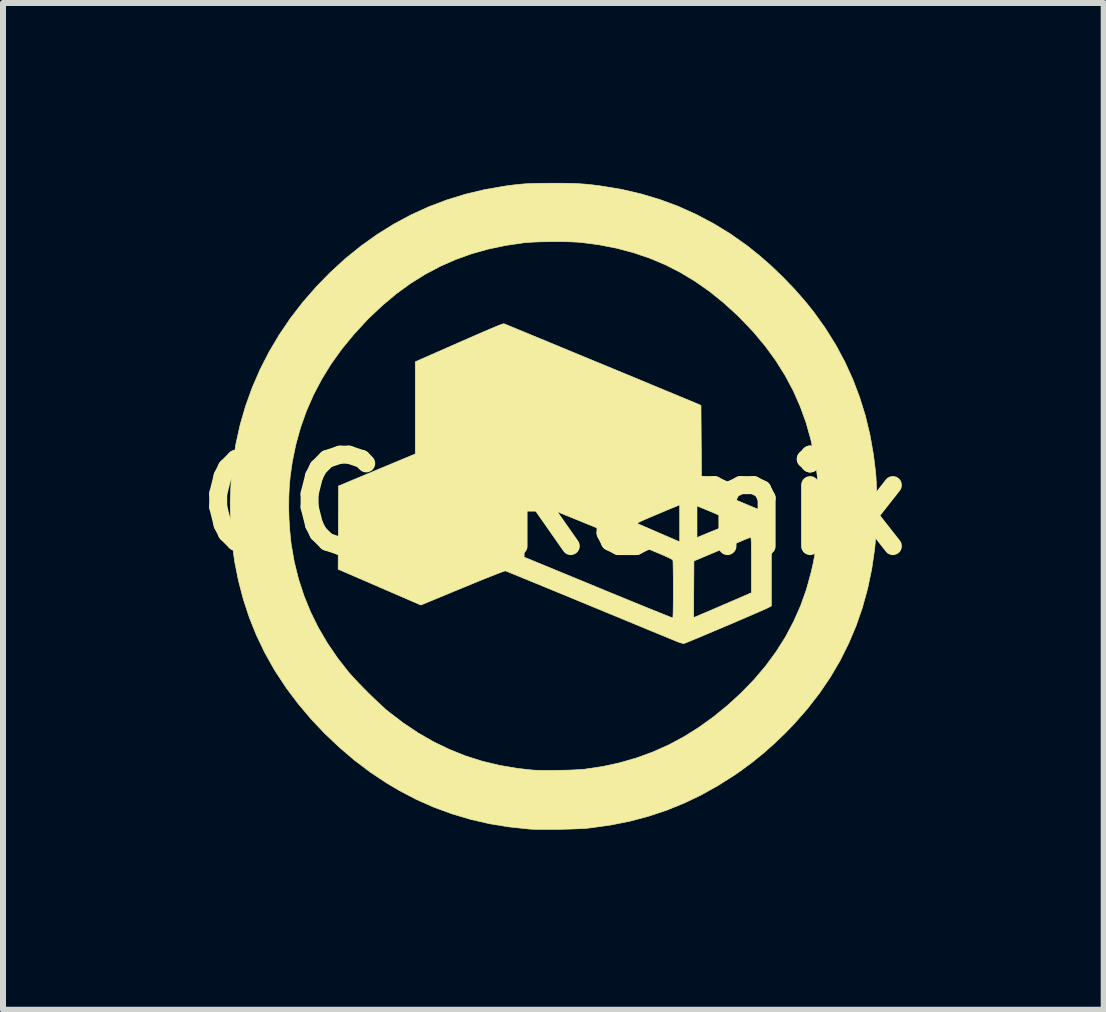
<source format=kicad_pcb>
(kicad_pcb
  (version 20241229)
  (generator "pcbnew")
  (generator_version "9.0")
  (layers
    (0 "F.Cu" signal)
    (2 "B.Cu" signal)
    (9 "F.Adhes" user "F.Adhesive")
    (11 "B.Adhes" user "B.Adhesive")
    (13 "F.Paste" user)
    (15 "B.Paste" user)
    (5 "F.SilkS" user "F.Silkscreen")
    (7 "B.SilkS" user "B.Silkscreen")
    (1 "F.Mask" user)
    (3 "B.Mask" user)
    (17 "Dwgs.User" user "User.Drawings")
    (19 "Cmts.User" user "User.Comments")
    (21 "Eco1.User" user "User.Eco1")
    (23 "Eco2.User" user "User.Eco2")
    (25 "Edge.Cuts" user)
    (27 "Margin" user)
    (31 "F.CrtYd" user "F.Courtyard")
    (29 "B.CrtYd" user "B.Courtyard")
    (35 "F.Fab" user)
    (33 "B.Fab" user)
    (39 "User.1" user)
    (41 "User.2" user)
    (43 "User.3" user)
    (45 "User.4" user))
  (footprint "CC-Remix"
    (layer "F.Cu")
    (at 6.176 5.365)
    (property "Reference" "CC-Remix" (at 0 0 0) (layer "F.SilkS") (effects (font (size 1.524 1.524) (thickness 0.3))))
    (attr through_hole)
    (fp_poly (pts (xy 0.124 -5.36) (xy 0.23 -5.359) (xy 0.324 -5.357) (xy 0.408 -5.353) (xy 0.487 -5.348) (xy 0.566 -5.342) (xy 0.647 -5.333) (xy 0.735 -5.322) (xy 0.815 -5.311) (xy 1.145 -5.256) (xy 1.467 -5.181) (xy 1.782 -5.086) (xy 2.088 -4.972) (xy 2.385 -4.838) (xy 2.674 -4.685) (xy 2.955 -4.513) (xy 3.226 -4.322) (xy 3.243 -4.309) (xy 3.442 -4.149) (xy 3.642 -3.973) (xy 3.838 -3.784) (xy 4.026 -3.588) (xy 4.202 -3.387) (xy 4.346 -3.207) (xy 4.536 -2.941) (xy 4.707 -2.667) (xy 4.859 -2.384) (xy 4.992 -2.093) (xy 5.106 -1.793) (xy 5.202 -1.484) (xy 5.279 -1.164) (xy 5.337 -0.835) (xy 5.371 -0.56) (xy 5.379 -0.468) (xy 5.385 -0.359) (xy 5.39 -0.239) (xy 5.394 -0.113) (xy 5.395 0.015) (xy 5.395 0.139) (xy 5.393 0.256) (xy 5.39 0.359) (xy 5.388 0.397) (xy 5.357 0.741) (xy 5.308 1.075) (xy 5.24 1.399) (xy 5.154 1.712) (xy 5.049 2.016) (xy 4.925 2.31) (xy 4.783 2.595) (xy 4.622 2.87) (xy 4.441 3.137) (xy 4.241 3.396) (xy 4.022 3.646) (xy 3.874 3.8) (xy 3.687 3.98) (xy 3.502 4.144) (xy 3.314 4.296) (xy 3.118 4.441) (xy 3.022 4.507) (xy 2.745 4.683) (xy 2.466 4.839) (xy 2.182 4.975) (xy 1.892 5.093) (xy 1.595 5.192) (xy 1.289 5.274) (xy 0.972 5.338) (xy 0.643 5.385) (xy 0.577 5.393) (xy 0.516 5.398) (xy 0.438 5.402) (xy 0.346 5.406) (xy 0.245 5.409) (xy 0.139 5.412) (xy 0.031 5.414) (xy -0.076 5.414) (xy -0.176 5.414) (xy -0.267 5.413) (xy -0.344 5.411) (xy -0.402 5.408) (xy -0.739 5.372) (xy -1.065 5.319) (xy -1.381 5.246) (xy -1.689 5.155) (xy -1.989 5.045) (xy -2.281 4.916) (xy -2.566 4.767) (xy -2.781 4.64) (xy -3.053 4.459) (xy -3.316 4.26) (xy -3.569 4.044) (xy -3.811 3.815) (xy -4.04 3.573) (xy -4.253 3.32) (xy -4.45 3.059) (xy -4.628 2.789) (xy -4.652 2.751) (xy -4.809 2.471) (xy -4.948 2.182) (xy -5.068 1.884) (xy -5.169 1.577) (xy -5.251 1.263) (xy -5.315 0.942) (xy -5.358 0.616) (xy -5.383 0.284) (xy -5.386 0.053) (xy -4.412 0.053) (xy -4.407 0.243) (xy -4.395 0.43) (xy -4.377 0.608) (xy -4.37 0.666) (xy -4.319 0.958) (xy -4.248 1.242) (xy -4.158 1.518) (xy -4.048 1.788) (xy -3.918 2.051) (xy -3.768 2.307) (xy -3.598 2.556) (xy -3.421 2.783) (xy -3.372 2.84) (xy -3.31 2.907) (xy -3.239 2.982) (xy -3.162 3.061) (xy -3.081 3.143) (xy -2.999 3.222) (xy -2.921 3.297) (xy -2.848 3.365) (xy -2.784 3.422) (xy -2.745 3.454) (xy -2.5 3.641) (xy -2.25 3.808) (xy -1.994 3.955) (xy -1.731 4.081) (xy -1.462 4.189) (xy -1.184 4.277) (xy -0.897 4.346) (xy -0.601 4.396) (xy -0.36 4.423) (xy -0.301 4.427) (xy -0.226 4.429) (xy -0.137 4.43) (xy -0.04 4.43) (xy 0.063 4.429) (xy 0.166 4.427) (xy 0.266 4.425) (xy 0.359 4.421) (xy 0.441 4.416) (xy 0.507 4.411) (xy 0.529 4.409) (xy 0.827 4.364) (xy 1.114 4.301) (xy 1.393 4.22) (xy 1.663 4.121) (xy 1.925 4.004) (xy 2.181 3.867) (xy 2.43 3.71) (xy 2.674 3.534) (xy 2.914 3.338) (xy 3.137 3.133) (xy 3.349 2.914) (xy 3.542 2.686) (xy 3.716 2.449) (xy 3.871 2.203) (xy 4.006 1.948) (xy 4.123 1.684) (xy 4.22 1.411) (xy 4.298 1.128) (xy 4.333 0.974) (xy 4.357 0.845) (xy 4.377 0.724) (xy 4.392 0.606) (xy 4.404 0.487) (xy 4.411 0.363) (xy 4.416 0.228) (xy 4.418 0.079) (xy 4.418 0.016) (xy 4.417 -0.114) (xy 4.415 -0.227) (xy 4.411 -0.328) (xy 4.405 -0.422) (xy 4.396 -0.514) (xy 4.384 -0.607) (xy 4.369 -0.707) (xy 4.354 -0.794) (xy 4.294 -1.083) (xy 4.215 -1.364) (xy 4.117 -1.636) (xy 4 -1.901) (xy 3.863 -2.157) (xy 3.707 -2.406) (xy 3.531 -2.647) (xy 3.335 -2.881) (xy 3.119 -3.108) (xy 3.067 -3.16) (xy 2.839 -3.367) (xy 2.606 -3.555) (xy 2.368 -3.722) (xy 2.123 -3.87) (xy 1.871 -3.999) (xy 1.61 -4.109) (xy 1.339 -4.201) (xy 1.058 -4.276) (xy 0.766 -4.333) (xy 0.466 -4.373) (xy 0.397 -4.378) (xy 0.311 -4.382) (xy 0.213 -4.385) (xy 0.105 -4.387) (xy -0.006 -4.387) (xy -0.118 -4.385) (xy -0.226 -4.383) (xy -0.326 -4.379) (xy -0.414 -4.374) (xy -0.485 -4.368) (xy -0.492 -4.367) (xy -0.794 -4.323) (xy -1.084 -4.262) (xy -1.363 -4.184) (xy -1.632 -4.087) (xy -1.892 -3.972) (xy -2.142 -3.839) (xy -2.385 -3.687) (xy -2.621 -3.515) (xy -2.85 -3.323) (xy -3.074 -3.112) (xy -3.112 -3.073) (xy -3.329 -2.837) (xy -3.527 -2.596) (xy -3.704 -2.349) (xy -3.861 -2.094) (xy -3.998 -1.834) (xy -4.116 -1.565) (xy -4.214 -1.29) (xy -4.293 -1.006) (xy -4.353 -0.714) (xy -4.387 -0.476) (xy -4.402 -0.312) (xy -4.41 -0.134) (xy -4.412 0.053) (xy -5.386 0.053) (xy -5.388 -0.052) (xy -5.373 -0.391) (xy -5.344 -0.688) (xy -5.293 -1.013) (xy -5.222 -1.333) (xy -5.131 -1.647) (xy -5.02 -1.954) (xy -4.89 -2.254) (xy -4.74 -2.547) (xy -4.571 -2.832) (xy -4.384 -3.108) (xy -4.178 -3.375) (xy -3.953 -3.633) (xy -3.723 -3.869) (xy -3.471 -4.1) (xy -3.209 -4.312) (xy -2.939 -4.505) (xy -2.661 -4.678) (xy -2.374 -4.832) (xy -2.079 -4.967) (xy -1.775 -5.082) (xy -1.463 -5.178) (xy -1.143 -5.254) (xy -0.815 -5.311) (xy -0.81 -5.312) (xy -0.715 -5.325) (xy -0.63 -5.335) (xy -0.55 -5.343) (xy -0.472 -5.35) (xy -0.392 -5.354) (xy -0.306 -5.357) (xy -0.209 -5.359) (xy -0.098 -5.36) (xy 0 -5.36) (xy 0.124 -5.36)) (stroke (width 0.01) (type solid)) (fill yes) (layer "F.SilkS"))
    (fp_poly (pts (xy -0.821 -3.017) (xy -0.807 -3.011) (xy -0.775 -2.998) (xy -0.726 -2.977) (xy -0.661 -2.951) (xy -0.582 -2.918) (xy -0.489 -2.88) (xy -0.385 -2.837) (xy -0.27 -2.789) (xy -0.145 -2.738) (xy -0.013 -2.683) (xy 0.126 -2.625) (xy 0.271 -2.565) (xy 0.421 -2.503) (xy 0.573 -2.44) (xy 0.728 -2.376) (xy 0.883 -2.312) (xy 1.038 -2.248) (xy 1.19 -2.185) (xy 1.34 -2.123) (xy 1.485 -2.063) (xy 1.624 -2.005) (xy 1.757 -1.95) (xy 1.881 -1.898) (xy 1.996 -1.851) (xy 2.101 -1.807) (xy 2.193 -1.769) (xy 2.273 -1.736) (xy 2.338 -1.709) (xy 2.387 -1.688) (xy 2.419 -1.675) (xy 2.434 -1.669) (xy 2.434 -1.668) (xy 2.461 -1.656) (xy 2.466 -0.986) (xy 2.471 -0.316) (xy 3.006 -0.094) (xy 3.108 -0.052) (xy 3.205 -0.011) (xy 3.296 0.027) (xy 3.378 0.061) (xy 3.45 0.091) (xy 3.509 0.116) (xy 3.553 0.135) (xy 3.581 0.148) (xy 3.588 0.151) (xy 3.635 0.175) (xy 3.635 1.688) (xy 3.582 1.716) (xy 3.562 1.726) (xy 3.525 1.743) (xy 3.472 1.766) (xy 3.407 1.795) (xy 3.331 1.828) (xy 3.246 1.865) (xy 3.153 1.905) (xy 3.056 1.946) (xy 2.955 1.99) (xy 2.852 2.033) (xy 2.75 2.076) (xy 2.651 2.118) (xy 2.556 2.158) (xy 2.468 2.196) (xy 2.388 2.229) (xy 2.318 2.258) (xy 2.26 2.282) (xy 2.217 2.299) (xy 2.189 2.31) (xy 2.18 2.313) (xy 2.157 2.312) (xy 2.122 2.303) (xy 2.09 2.292) (xy 2.073 2.285) (xy 2.037 2.271) (xy 1.985 2.249) (xy 1.916 2.221) (xy 1.832 2.186) (xy 1.734 2.146) (xy 1.624 2.101) (xy 1.503 2.051) (xy 1.371 1.996) (xy 1.23 1.938) (xy 1.081 1.876) (xy 0.925 1.812) (xy 0.764 1.745) (xy 0.624 1.688) (xy 0.46 1.62) (xy 0.301 1.554) (xy 0.148 1.491) (xy 0.002 1.431) (xy -0.135 1.375) (xy -0.262 1.322) (xy -0.379 1.275) (xy -0.483 1.232) (xy -0.575 1.194) (xy -0.653 1.162) (xy -0.715 1.137) (xy -0.761 1.118) (xy -0.79 1.107) (xy -0.8 1.103) (xy -0.814 1.107) (xy -0.846 1.118) (xy -0.895 1.136) (xy -0.961 1.161) (xy -1.041 1.193) (xy -1.135 1.23) (xy -1.242 1.273) (xy -1.36 1.322) (xy -1.488 1.375) (xy -1.516 1.386) (xy -2.209 1.673) (xy -3.588 1.076) (xy -3.585 0.382) (xy -3.585 0.38) (xy -0.487 0.38) (xy -0.487 0.874) (xy 0.748 1.383) (xy 0.902 1.447) (xy 1.051 1.508) (xy 1.193 1.566) (xy 1.327 1.621) (xy 1.452 1.672) (xy 1.567 1.719) (xy 1.671 1.761) (xy 1.763 1.798) (xy 1.84 1.829) (xy 1.903 1.854) (xy 1.95 1.873) (xy 1.98 1.884) (xy 1.992 1.888) (xy 1.992 1.888) (xy 1.993 1.883) (xy 2.339 1.883) (xy 2.373 1.868) (xy 2.39 1.861) (xy 2.424 1.847) (xy 2.473 1.825) (xy 2.535 1.799) (xy 2.608 1.768) (xy 2.689 1.733) (xy 2.776 1.696) (xy 2.826 1.674) (xy 2.915 1.636) (xy 2.999 1.6) (xy 3.076 1.567) (xy 3.143 1.537) (xy 3.199 1.513) (xy 3.241 1.495) (xy 3.266 1.484) (xy 3.273 1.481) (xy 3.302 1.468) (xy 3.302 1.003) (xy 3.302 0.892) (xy 3.302 0.8) (xy 3.301 0.725) (xy 3.301 0.666) (xy 3.3 0.622) (xy 3.298 0.589) (xy 3.296 0.567) (xy 3.294 0.553) (xy 3.291 0.546) (xy 3.287 0.544) (xy 3.283 0.544) (xy 3.27 0.55) (xy 3.239 0.562) (xy 3.193 0.581) (xy 3.133 0.606) (xy 3.062 0.636) (xy 2.981 0.67) (xy 2.893 0.707) (xy 2.805 0.744) (xy 2.344 0.938) (xy 2.341 1.41) (xy 2.339 1.883) (xy 1.993 1.883) (xy 1.994 1.876) (xy 1.995 1.846) (xy 1.997 1.799) (xy 1.998 1.737) (xy 1.999 1.663) (xy 2 1.579) (xy 2 1.486) (xy 2 1.424) (xy 2 1.327) (xy 2 1.234) (xy 1.999 1.15) (xy 1.998 1.077) (xy 1.997 1.016) (xy 1.996 0.97) (xy 1.995 0.941) (xy 1.994 0.934) (xy 1.993 0.929) (xy 1.99 0.924) (xy 1.986 0.919) (xy 1.978 0.913) (xy 1.966 0.905) (xy 1.948 0.896) (xy 1.925 0.884) (xy 1.894 0.87) (xy 1.855 0.852) (xy 1.806 0.831) (xy 1.747 0.806) (xy 1.677 0.777) (xy 1.594 0.742) (xy 1.498 0.703) (xy 1.388 0.657) (xy 1.262 0.606) (xy 1.12 0.548) (xy 0.96 0.482) (xy 0.782 0.41) (xy 0.764 0.402) (xy 0.61 0.339) (xy 0.545 0.313) (xy 1.403 0.313) (xy 1.407 0.317) (xy 1.408 0.317) (xy 1.423 0.324) (xy 1.456 0.338) (xy 1.503 0.358) (xy 1.563 0.384) (xy 1.633 0.414) (xy 1.71 0.448) (xy 1.793 0.484) (xy 1.798 0.486) (xy 2.161 0.643) (xy 2.348 0.566) (xy 2.416 0.539) (xy 2.496 0.506) (xy 2.584 0.469) (xy 2.673 0.433) (xy 2.757 0.399) (xy 2.775 0.391) (xy 2.842 0.363) (xy 2.901 0.338) (xy 2.951 0.317) (xy 2.988 0.3) (xy 3.011 0.29) (xy 3.016 0.286) (xy 3.007 0.281) (xy 2.98 0.269) (xy 2.939 0.251) (xy 2.886 0.227) (xy 2.824 0.2) (xy 2.755 0.171) (xy 2.681 0.139) (xy 2.605 0.107) (xy 2.53 0.076) (xy 2.457 0.046) (xy 2.391 0.018) (xy 2.333 -0.006) (xy 2.285 -0.025) (xy 2.25 -0.038) (xy 2.232 -0.045) (xy 2.229 -0.046) (xy 2.217 -0.042) (xy 2.188 -0.03) (xy 2.143 -0.012) (xy 2.085 0.011) (xy 2.016 0.04) (xy 1.937 0.072) (xy 1.852 0.108) (xy 1.8 0.13) (xy 1.698 0.173) (xy 1.615 0.208) (xy 1.548 0.237) (xy 1.496 0.26) (xy 1.457 0.278) (xy 1.43 0.291) (xy 1.413 0.301) (xy 1.404 0.308) (xy 1.403 0.313) (xy 0.545 0.313) (xy 0.462 0.279) (xy 0.321 0.221) (xy 0.187 0.167) (xy 0.062 0.116) (xy -0.053 0.069) (xy -0.157 0.026) (xy -0.248 -0.011) (xy -0.325 -0.042) (xy -0.387 -0.068) (xy -0.434 -0.087) (xy -0.463 -0.099) (xy -0.474 -0.103) (xy -0.477 -0.1) (xy -0.479 -0.088) (xy -0.482 -0.065) (xy -0.483 -0.03) (xy -0.485 0.018) (xy -0.486 0.082) (xy -0.486 0.163) (xy -0.487 0.262) (xy -0.487 0.38) (xy -3.585 0.38) (xy -3.582 -0.312) (xy -2.942 -0.58) (xy -2.302 -0.847) (xy -2.302 -2.383) (xy -1.573 -2.704) (xy -1.429 -2.767) (xy -1.304 -2.822) (xy -1.196 -2.869) (xy -1.104 -2.908) (xy -1.027 -2.941) (xy -0.964 -2.967) (xy -0.914 -2.988) (xy -0.876 -3.002) (xy -0.848 -3.012) (xy -0.831 -3.016) (xy -0.822 -3.017) (xy -0.821 -3.017)) (stroke (width 0.01) (type solid)) (fill yes) (layer "F.SilkS")))
  (gr_rect
    (start -3 -3)
    (end 15.352 13.785)
    (stroke (width 0.1) (type default))
    (fill no)
    (layer "Edge.Cuts")))
</source>
